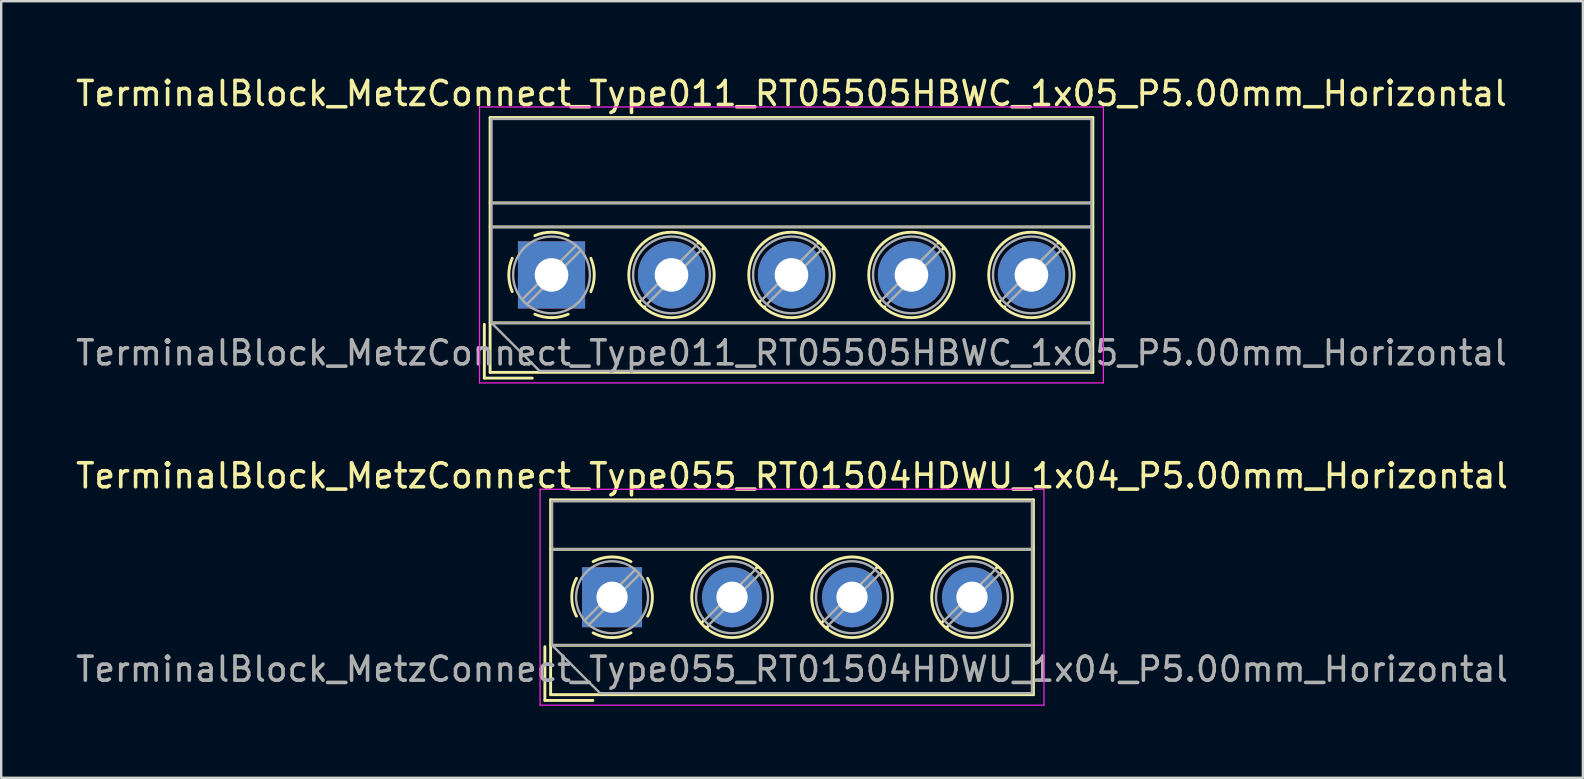
<source format=kicad_pcb>
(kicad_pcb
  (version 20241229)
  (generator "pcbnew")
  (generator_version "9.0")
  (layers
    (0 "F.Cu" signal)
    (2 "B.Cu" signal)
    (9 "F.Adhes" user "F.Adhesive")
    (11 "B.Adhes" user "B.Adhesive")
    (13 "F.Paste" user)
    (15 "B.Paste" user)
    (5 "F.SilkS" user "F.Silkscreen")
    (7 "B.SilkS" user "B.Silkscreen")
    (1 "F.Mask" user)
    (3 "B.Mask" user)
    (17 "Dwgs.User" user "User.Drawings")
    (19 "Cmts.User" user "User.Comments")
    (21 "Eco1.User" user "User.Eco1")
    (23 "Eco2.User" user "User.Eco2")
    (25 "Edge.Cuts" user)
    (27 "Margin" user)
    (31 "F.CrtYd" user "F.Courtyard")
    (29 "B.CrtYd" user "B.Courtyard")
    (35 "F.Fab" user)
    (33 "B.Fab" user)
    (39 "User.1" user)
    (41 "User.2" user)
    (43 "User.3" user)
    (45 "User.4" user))
  (footprint "TerminalBlock_MetzConnect_Type011_RT05505HBWC_1x05_P5.00mm_Horizontal"
    (layer "F.Cu")
    (at 19.935 8.408)
    (property "Reference" "TerminalBlock_MetzConnect_Type011_RT05505HBWC_1x05_P5.00mm_Horizontal" (at 10 -7.56 0) (layer "F.SilkS") (effects (font (size 1 1) (thickness 0.15))))
    (attr through_hole)
    (fp_line (start -2.8 2.06) (end -2.8 4.3) (stroke (width 0.12) (type solid)) (layer "F.SilkS"))
    (fp_line (start -2.8 4.3) (end -0.8 4.3) (stroke (width 0.12) (type solid)) (layer "F.SilkS"))
    (fp_line (start -2.56 -6.56) (end -2.56 4.06) (stroke (width 0.12) (type solid)) (layer "F.SilkS"))
    (fp_line (start -2.56 -6.56) (end 22.56 -6.56) (stroke (width 0.12) (type solid)) (layer "F.SilkS"))
    (fp_line (start -2.56 -3) (end 22.56 -3) (stroke (width 0.12) (type solid)) (layer "F.SilkS"))
    (fp_line (start -2.56 -2) (end 22.56 -2) (stroke (width 0.12) (type solid)) (layer "F.SilkS"))
    (fp_line (start -2.56 2) (end 22.56 2) (stroke (width 0.12) (type solid)) (layer "F.SilkS"))
    (fp_line (start -2.56 4.06) (end 22.56 4.06) (stroke (width 0.12) (type solid)) (layer "F.SilkS"))
    (fp_line (start 3.7 1.083) (end 3.65 1.133) (stroke (width 0.12) (type solid)) (layer "F.SilkS"))
    (fp_line (start 3.892 1.325) (end 3.868 1.35) (stroke (width 0.12) (type solid)) (layer "F.SilkS"))
    (fp_line (start 6.133 -1.35) (end 6.108 -1.326) (stroke (width 0.12) (type solid)) (layer "F.SilkS"))
    (fp_line (start 6.35 -1.133) (end 6.301 -1.083) (stroke (width 0.12) (type solid)) (layer "F.SilkS"))
    (fp_line (start 8.7 1.083) (end 8.65 1.133) (stroke (width 0.12) (type solid)) (layer "F.SilkS"))
    (fp_line (start 8.892 1.325) (end 8.868 1.35) (stroke (width 0.12) (type solid)) (layer "F.SilkS"))
    (fp_line (start 11.133 -1.35) (end 11.108 -1.326) (stroke (width 0.12) (type solid)) (layer "F.SilkS"))
    (fp_line (start 11.35 -1.133) (end 11.301 -1.083) (stroke (width 0.12) (type solid)) (layer "F.SilkS"))
    (fp_line (start 13.7 1.083) (end 13.65 1.133) (stroke (width 0.12) (type solid)) (layer "F.SilkS"))
    (fp_line (start 13.892 1.325) (end 13.868 1.35) (stroke (width 0.12) (type solid)) (layer "F.SilkS"))
    (fp_line (start 16.133 -1.35) (end 16.108 -1.326) (stroke (width 0.12) (type solid)) (layer "F.SilkS"))
    (fp_line (start 16.35 -1.133) (end 16.301 -1.083) (stroke (width 0.12) (type solid)) (layer "F.SilkS"))
    (fp_line (start 18.7 1.083) (end 18.65 1.133) (stroke (width 0.12) (type solid)) (layer "F.SilkS"))
    (fp_line (start 18.892 1.325) (end 18.868 1.35) (stroke (width 0.12) (type solid)) (layer "F.SilkS"))
    (fp_line (start 21.133 -1.35) (end 21.108 -1.326) (stroke (width 0.12) (type solid)) (layer "F.SilkS"))
    (fp_line (start 21.35 -1.133) (end 21.301 -1.083) (stroke (width 0.12) (type solid)) (layer "F.SilkS"))
    (fp_line (start 22.56 -6.56) (end 22.56 4.06) (stroke (width 0.12) (type solid)) (layer "F.SilkS"))
    (fp_arc (start -1.639206 0.695516) (mid -1.780657 -0.000263) (end -1.639 -0.696) (stroke (width 0.12) (type solid)) (layer "F.SilkS"))
    (fp_arc (start -0.695516 -1.639206) (mid 0.000263 -1.780657) (end 0.696 -1.639) (stroke (width 0.12) (type solid)) (layer "F.SilkS"))
    (fp_arc (start 0.030814 1.78039) (mid -0.340023 1.747891) (end -0.696 1.639) (stroke (width 0.12) (type solid)) (layer "F.SilkS"))
    (fp_arc (start 0.695501 1.638499) (mid 0.354875 1.744266) (end 0 1.78) (stroke (width 0.12) (type solid)) (layer "F.SilkS"))
    (fp_arc (start 1.639206 -0.695516) (mid 1.780657 0.000263) (end 1.639 0.696) (stroke (width 0.12) (type solid)) (layer "F.SilkS"))
    (fp_circle (center 5 0) (end 6.78 0) (stroke (width 0.12) (type solid)) (fill no) (layer "F.SilkS"))
    (fp_circle (center 10 0) (end 11.78 0) (stroke (width 0.12) (type solid)) (fill no) (layer "F.SilkS"))
    (fp_circle (center 15 0) (end 16.78 0) (stroke (width 0.12) (type solid)) (fill no) (layer "F.SilkS"))
    (fp_circle (center 20 0) (end 21.78 0) (stroke (width 0.12) (type solid)) (fill no) (layer "F.SilkS"))
    (fp_line (start -3 -7) (end -3 4.5) (stroke (width 0.05) (type solid)) (layer "F.CrtYd"))
    (fp_line (start -3 4.5) (end 23 4.5) (stroke (width 0.05) (type solid)) (layer "F.CrtYd"))
    (fp_line (start 23 -7) (end -3 -7) (stroke (width 0.05) (type solid)) (layer "F.CrtYd"))
    (fp_line (start 23 4.5) (end 23 -7) (stroke (width 0.05) (type solid)) (layer "F.CrtYd"))
    (fp_line (start -2.5 -6.5) (end 22.5 -6.5) (stroke (width 0.1) (type solid)) (layer "F.Fab"))
    (fp_line (start -2.5 -3) (end 22.5 -3) (stroke (width 0.1) (type solid)) (layer "F.Fab"))
    (fp_line (start -2.5 -2) (end 22.5 -2) (stroke (width 0.1) (type solid)) (layer "F.Fab"))
    (fp_line (start -2.5 2) (end -2.5 -6.5) (stroke (width 0.1) (type solid)) (layer "F.Fab"))
    (fp_line (start -2.5 2) (end 22.5 2) (stroke (width 0.1) (type solid)) (layer "F.Fab"))
    (fp_line (start -0.5 4) (end -2.5 2) (stroke (width 0.1) (type solid)) (layer "F.Fab"))
    (fp_line (start 1.019 -1.214) (end -1.214 1.018) (stroke (width 0.1) (type solid)) (layer "F.Fab"))
    (fp_line (start 1.214 -1.019) (end -1.019 1.214) (stroke (width 0.1) (type solid)) (layer "F.Fab"))
    (fp_line (start 6.019 -1.214) (end 3.787 1.018) (stroke (width 0.1) (type solid)) (layer "F.Fab"))
    (fp_line (start 6.214 -1.019) (end 3.982 1.214) (stroke (width 0.1) (type solid)) (layer "F.Fab"))
    (fp_line (start 11.019 -1.214) (end 8.787 1.018) (stroke (width 0.1) (type solid)) (layer "F.Fab"))
    (fp_line (start 11.214 -1.019) (end 8.982 1.214) (stroke (width 0.1) (type solid)) (layer "F.Fab"))
    (fp_line (start 16.019 -1.214) (end 13.787 1.018) (stroke (width 0.1) (type solid)) (layer "F.Fab"))
    (fp_line (start 16.214 -1.019) (end 13.982 1.214) (stroke (width 0.1) (type solid)) (layer "F.Fab"))
    (fp_line (start 21.019 -1.214) (end 18.787 1.018) (stroke (width 0.1) (type solid)) (layer "F.Fab"))
    (fp_line (start 21.214 -1.019) (end 18.982 1.214) (stroke (width 0.1) (type solid)) (layer "F.Fab"))
    (fp_line (start 22.5 -6.5) (end 22.5 4) (stroke (width 0.1) (type solid)) (layer "F.Fab"))
    (fp_line (start 22.5 4) (end -0.5 4) (stroke (width 0.1) (type solid)) (layer "F.Fab"))
    (fp_circle (center 0 0) (end 1.6 0) (stroke (width 0.1) (type solid)) (fill no) (layer "F.Fab"))
    (fp_circle (center 5 0) (end 6.6 0) (stroke (width 0.1) (type solid)) (fill no) (layer "F.Fab"))
    (fp_circle (center 10 0) (end 11.6 0) (stroke (width 0.1) (type solid)) (fill no) (layer "F.Fab"))
    (fp_circle (center 15 0) (end 16.6 0) (stroke (width 0.1) (type solid)) (fill no) (layer "F.Fab"))
    (fp_circle (center 20 0) (end 21.6 0) (stroke (width 0.1) (type solid)) (fill no) (layer "F.Fab"))
    (fp_text user "${REFERENCE}" (at 10 3.25 0) (layer "F.Fab") (effects (font (size 1 1) (thickness 0.15))))
    (pad "1" thru_hole rect (at 0 0) (size 2.8 2.8) (drill 1.4) (layers "*.Cu" "*.Mask"))
    (pad "2" thru_hole circle (at 5 0) (size 2.8 2.8) (drill 1.4) (layers "*.Cu" "*.Mask"))
    (pad "3" thru_hole circle (at 10 0) (size 2.8 2.8) (drill 1.4) (layers "*.Cu" "*.Mask"))
    (pad "4" thru_hole circle (at 15 0) (size 2.8 2.8) (drill 1.4) (layers "*.Cu" "*.Mask"))
    (pad "5" thru_hole circle (at 20 0) (size 2.8 2.8) (drill 1.4) (layers "*.Cu" "*.Mask")))
  (footprint "TerminalBlock_MetzConnect_Type055_RT01504HDWU_1x04_P5.00mm_Horizontal"
    (layer "F.Cu")
    (at 22.458 21.841)
    (property "Reference" "TerminalBlock_MetzConnect_Type055_RT01504HDWU_1x04_P5.00mm_Horizontal" (at 7.5 -5.06 0) (layer "F.SilkS") (effects (font (size 1 1) (thickness 0.15))))
    (attr through_hole)
    (fp_line (start -2.8 2.06) (end -2.8 4.3) (stroke (width 0.12) (type solid)) (layer "F.SilkS"))
    (fp_line (start -2.8 4.3) (end -0.8 4.3) (stroke (width 0.12) (type solid)) (layer "F.SilkS"))
    (fp_line (start -2.56 -4.06) (end -2.56 4.06) (stroke (width 0.12) (type solid)) (layer "F.SilkS"))
    (fp_line (start -2.56 -4.06) (end 17.561 -4.06) (stroke (width 0.12) (type solid)) (layer "F.SilkS"))
    (fp_line (start -2.56 -2) (end 17.561 -2) (stroke (width 0.12) (type solid)) (layer "F.SilkS"))
    (fp_line (start -2.56 2) (end 17.561 2) (stroke (width 0.12) (type solid)) (layer "F.SilkS"))
    (fp_line (start -2.56 4.06) (end 17.561 4.06) (stroke (width 0.12) (type solid)) (layer "F.SilkS"))
    (fp_line (start 3.82 0.976) (end 3.726 1.069) (stroke (width 0.12) (type solid)) (layer "F.SilkS"))
    (fp_line (start 3.99 1.216) (end 3.931 1.274) (stroke (width 0.12) (type solid)) (layer "F.SilkS"))
    (fp_line (start 6.07 -1.275) (end 6.011 -1.216) (stroke (width 0.12) (type solid)) (layer "F.SilkS"))
    (fp_line (start 6.275 -1.069) (end 6.181 -0.976) (stroke (width 0.12) (type solid)) (layer "F.SilkS"))
    (fp_line (start 8.82 0.976) (end 8.726 1.069) (stroke (width 0.12) (type solid)) (layer "F.SilkS"))
    (fp_line (start 8.99 1.216) (end 8.931 1.274) (stroke (width 0.12) (type solid)) (layer "F.SilkS"))
    (fp_line (start 11.07 -1.275) (end 11.011 -1.216) (stroke (width 0.12) (type solid)) (layer "F.SilkS"))
    (fp_line (start 11.275 -1.069) (end 11.181 -0.976) (stroke (width 0.12) (type solid)) (layer "F.SilkS"))
    (fp_line (start 13.82 0.976) (end 13.726 1.069) (stroke (width 0.12) (type solid)) (layer "F.SilkS"))
    (fp_line (start 13.99 1.216) (end 13.931 1.274) (stroke (width 0.12) (type solid)) (layer "F.SilkS"))
    (fp_line (start 16.07 -1.275) (end 16.011 -1.216) (stroke (width 0.12) (type solid)) (layer "F.SilkS"))
    (fp_line (start 16.275 -1.069) (end 16.181 -0.976) (stroke (width 0.12) (type solid)) (layer "F.SilkS"))
    (fp_line (start 17.561 -4.06) (end 17.561 4.06) (stroke (width 0.12) (type solid)) (layer "F.SilkS"))
    (fp_arc (start -1.483953 0.789089) (mid -1.680708 0.00005) (end -1.484 -0.789) (stroke (width 0.12) (type solid)) (layer "F.SilkS"))
    (fp_arc (start -0.789089 -1.483953) (mid -0.00005 -1.680708) (end 0.789 -1.484) (stroke (width 0.12) (type solid)) (layer "F.SilkS"))
    (fp_arc (start 0.029383 1.68045) (mid -0.392304 1.634281) (end -0.789 1.484) (stroke (width 0.12) (type solid)) (layer "F.SilkS"))
    (fp_arc (start 0.788712 1.483352) (mid 0.406429 1.630097) (end 0 1.68) (stroke (width 0.12) (type solid)) (layer "F.SilkS"))
    (fp_arc (start 1.483953 -0.789089) (mid 1.680708 -0.00005) (end 1.484 0.789) (stroke (width 0.12) (type solid)) (layer "F.SilkS"))
    (fp_circle (center 5 0) (end 6.68 0) (stroke (width 0.12) (type solid)) (fill no) (layer "F.SilkS"))
    (fp_circle (center 10 0) (end 11.68 0) (stroke (width 0.12) (type solid)) (fill no) (layer "F.SilkS"))
    (fp_circle (center 15 0) (end 16.68 0) (stroke (width 0.12) (type solid)) (fill no) (layer "F.SilkS"))
    (fp_line (start -3 -4.5) (end -3 4.5) (stroke (width 0.05) (type solid)) (layer "F.CrtYd"))
    (fp_line (start -3 4.5) (end 18 4.5) (stroke (width 0.05) (type solid)) (layer "F.CrtYd"))
    (fp_line (start 18 -4.5) (end -3 -4.5) (stroke (width 0.05) (type solid)) (layer "F.CrtYd"))
    (fp_line (start 18 4.5) (end 18 -4.5) (stroke (width 0.05) (type solid)) (layer "F.CrtYd"))
    (fp_line (start -2.5 -4) (end 17.5 -4) (stroke (width 0.1) (type solid)) (layer "F.Fab"))
    (fp_line (start -2.5 -2) (end 17.5 -2) (stroke (width 0.1) (type solid)) (layer "F.Fab"))
    (fp_line (start -2.5 2) (end -2.5 -4) (stroke (width 0.1) (type solid)) (layer "F.Fab"))
    (fp_line (start -2.5 2) (end 17.5 2) (stroke (width 0.1) (type solid)) (layer "F.Fab"))
    (fp_line (start -0.5 4) (end -2.5 2) (stroke (width 0.1) (type solid)) (layer "F.Fab"))
    (fp_line (start 0.955 -1.138) (end -1.138 0.955) (stroke (width 0.1) (type solid)) (layer "F.Fab"))
    (fp_line (start 1.138 -0.955) (end -0.955 1.138) (stroke (width 0.1) (type solid)) (layer "F.Fab"))
    (fp_line (start 5.955 -1.138) (end 3.863 0.955) (stroke (width 0.1) (type solid)) (layer "F.Fab"))
    (fp_line (start 6.138 -0.955) (end 4.046 1.138) (stroke (width 0.1) (type solid)) (layer "F.Fab"))
    (fp_line (start 10.955 -1.138) (end 8.863 0.955) (stroke (width 0.1) (type solid)) (layer "F.Fab"))
    (fp_line (start 11.138 -0.955) (end 9.046 1.138) (stroke (width 0.1) (type solid)) (layer "F.Fab"))
    (fp_line (start 15.955 -1.138) (end 13.863 0.955) (stroke (width 0.1) (type solid)) (layer "F.Fab"))
    (fp_line (start 16.138 -0.955) (end 14.046 1.138) (stroke (width 0.1) (type solid)) (layer "F.Fab"))
    (fp_line (start 17.5 -4) (end 17.5 4) (stroke (width 0.1) (type solid)) (layer "F.Fab"))
    (fp_line (start 17.5 4) (end -0.5 4) (stroke (width 0.1) (type solid)) (layer "F.Fab"))
    (fp_circle (center 0 0) (end 1.5 0) (stroke (width 0.1) (type solid)) (fill no) (layer "F.Fab"))
    (fp_circle (center 5 0) (end 6.5 0) (stroke (width 0.1) (type solid)) (fill no) (layer "F.Fab"))
    (fp_circle (center 10 0) (end 11.5 0) (stroke (width 0.1) (type solid)) (fill no) (layer "F.Fab"))
    (fp_circle (center 15 0) (end 16.5 0) (stroke (width 0.1) (type solid)) (fill no) (layer "F.Fab"))
    (fp_text user "${REFERENCE}" (at 7.5 3 0) (layer "F.Fab") (effects (font (size 1 1) (thickness 0.15))))
    (pad "1" thru_hole rect (at 0 0) (size 2.5 2.5) (drill 1.3) (layers "*.Cu" "*.Mask"))
    (pad "2" thru_hole circle (at 5 0) (size 2.5 2.5) (drill 1.3) (layers "*.Cu" "*.Mask"))
    (pad "3" thru_hole circle (at 10 0) (size 2.5 2.5) (drill 1.3) (layers "*.Cu" "*.Mask"))
    (pad "4" thru_hole circle (at 15 0) (size 2.5 2.5) (drill 1.3) (layers "*.Cu" "*.Mask")))
  (gr_rect
    (start -3 -3)
    (end 62.917 29.366)
    (stroke (width 0.1) (type default))
    (fill no)
    (layer "Edge.Cuts")))
</source>
